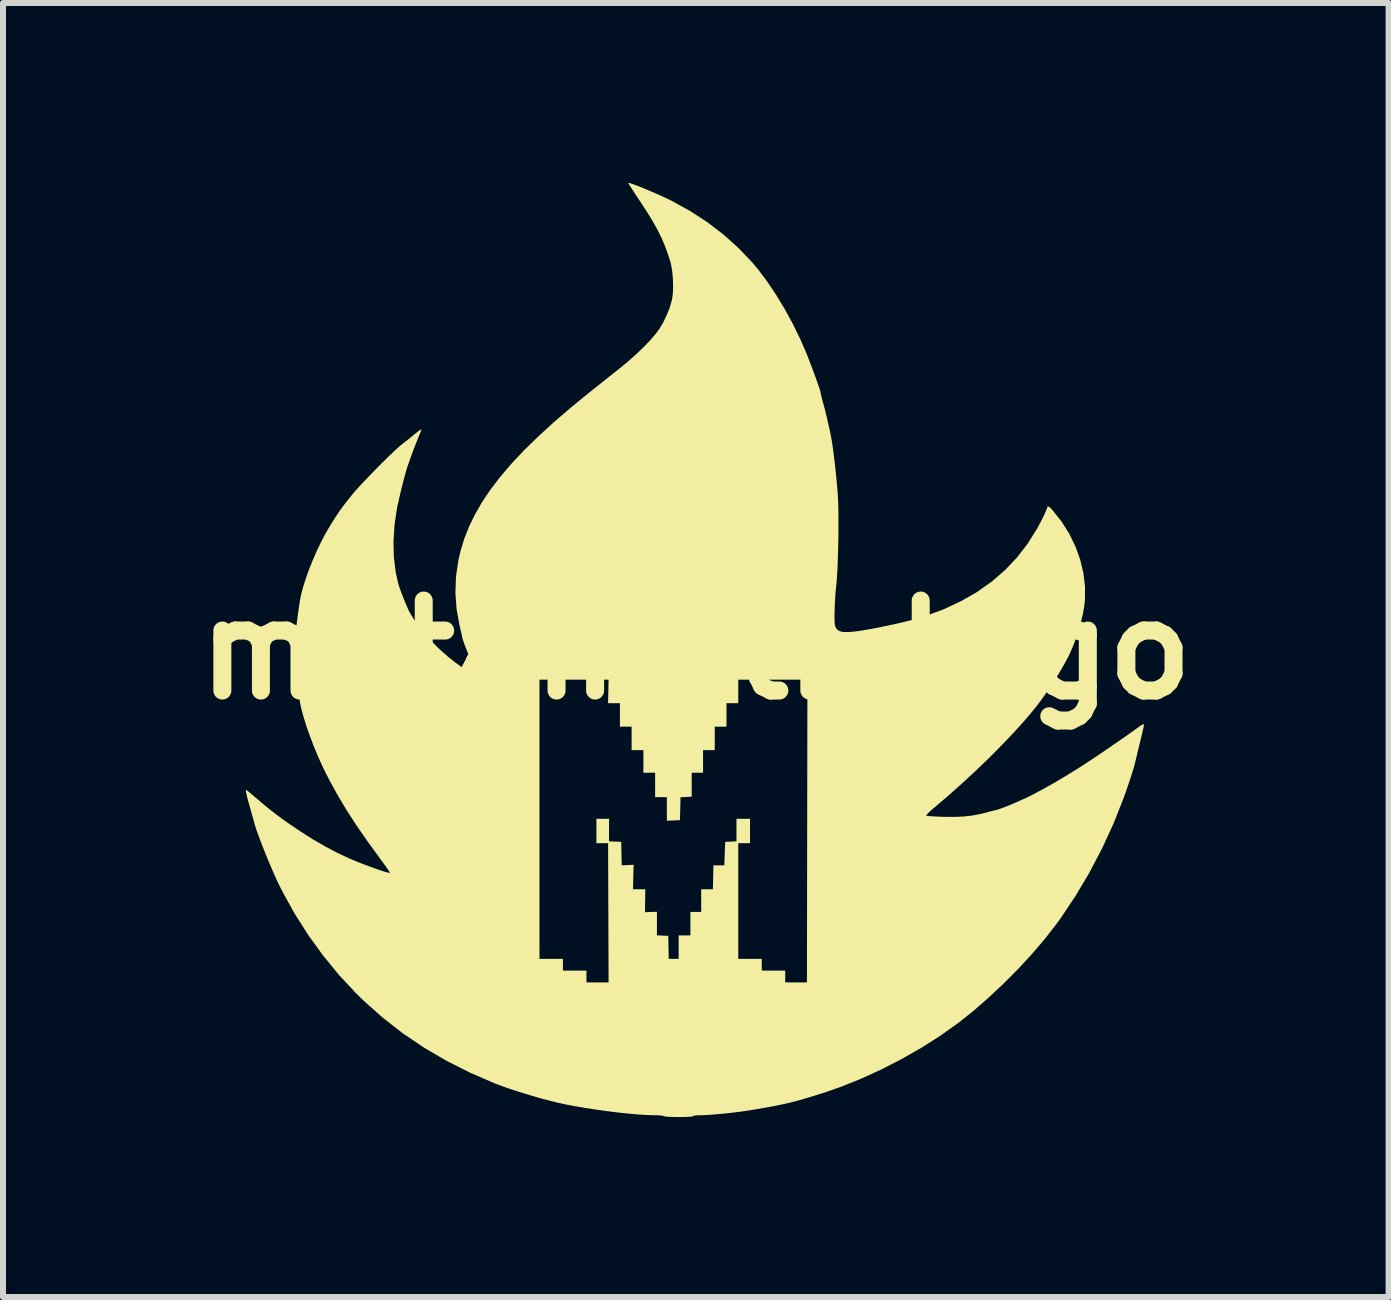
<source format=kicad_pcb>
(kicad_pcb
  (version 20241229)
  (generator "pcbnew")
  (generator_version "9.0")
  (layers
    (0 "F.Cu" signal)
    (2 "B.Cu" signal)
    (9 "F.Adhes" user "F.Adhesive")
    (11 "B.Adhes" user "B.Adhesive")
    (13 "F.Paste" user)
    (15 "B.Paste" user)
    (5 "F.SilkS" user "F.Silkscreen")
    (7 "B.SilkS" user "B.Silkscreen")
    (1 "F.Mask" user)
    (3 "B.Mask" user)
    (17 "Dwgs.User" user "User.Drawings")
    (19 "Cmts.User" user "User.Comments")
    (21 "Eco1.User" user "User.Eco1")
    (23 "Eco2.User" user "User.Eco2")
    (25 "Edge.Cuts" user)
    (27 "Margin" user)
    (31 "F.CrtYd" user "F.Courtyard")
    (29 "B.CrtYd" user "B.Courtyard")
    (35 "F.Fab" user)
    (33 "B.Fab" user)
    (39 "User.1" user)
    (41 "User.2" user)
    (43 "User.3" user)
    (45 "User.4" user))
  (footprint "motamoti_logo"
    (layer "F.Cu")
    (at 8.55 7.784)
    (property "Reference" "motamoti_logo" (at 0 0 0) (layer "F.SilkS") (effects (font (size 1.5 1.5) (thickness 0.3))))
    (attr board_only exclude_from_pos_files exclude_from_bom)
    (fp_poly (pts (xy -1.107 -7.783) (xy -1.066 -7.77) (xy -1.006 -7.749) (xy -0.931 -7.72) (xy -0.846 -7.685) (xy -0.753 -7.646) (xy -0.658 -7.605) (xy -0.564 -7.563) (xy -0.476 -7.522) (xy -0.407 -7.488) (xy -0.102 -7.321) (xy 0.188 -7.133) (xy 0.46 -6.925) (xy 0.711 -6.7) (xy 0.939 -6.461) (xy 1.039 -6.342) (xy 1.191 -6.14) (xy 1.342 -5.914) (xy 1.488 -5.672) (xy 1.625 -5.42) (xy 1.749 -5.165) (xy 1.846 -4.941) (xy 1.875 -4.866) (xy 1.908 -4.781) (xy 1.942 -4.69) (xy 1.976 -4.599) (xy 2.008 -4.512) (xy 2.035 -4.434) (xy 2.058 -4.369) (xy 2.073 -4.323) (xy 2.078 -4.301) (xy 2.08 -4.29) (xy 2.083 -4.274) (xy 2.088 -4.251) (xy 2.095 -4.221) (xy 2.108 -4.171) (xy 2.124 -4.11) (xy 2.132 -4.083) (xy 2.156 -3.993) (xy 2.182 -3.887) (xy 2.208 -3.773) (xy 2.233 -3.661) (xy 2.254 -3.557) (xy 2.27 -3.471) (xy 2.274 -3.442) (xy 2.294 -3.301) (xy 2.314 -3.141) (xy 2.332 -2.973) (xy 2.349 -2.808) (xy 2.362 -2.657) (xy 2.367 -2.593) (xy 2.373 -2.48) (xy 2.377 -2.343) (xy 2.378 -2.189) (xy 2.378 -2.023) (xy 2.377 -1.851) (xy 2.373 -1.679) (xy 2.368 -1.512) (xy 2.362 -1.357) (xy 2.354 -1.218) (xy 2.345 -1.101) (xy 2.341 -1.07) (xy 2.331 -0.964) (xy 2.323 -0.848) (xy 2.317 -0.734) (xy 2.314 -0.633) (xy 2.313 -0.61) (xy 2.313 -0.525) (xy 2.315 -0.463) (xy 2.318 -0.421) (xy 2.325 -0.392) (xy 2.334 -0.37) (xy 2.343 -0.358) (xy 2.371 -0.327) (xy 2.408 -0.308) (xy 2.459 -0.298) (xy 2.532 -0.297) (xy 2.554 -0.297) (xy 2.626 -0.303) (xy 2.722 -0.315) (xy 2.837 -0.334) (xy 2.967 -0.357) (xy 3.105 -0.384) (xy 3.247 -0.414) (xy 3.388 -0.445) (xy 3.523 -0.478) (xy 3.647 -0.509) (xy 3.755 -0.54) (xy 3.809 -0.557) (xy 4.125 -0.673) (xy 4.417 -0.809) (xy 4.686 -0.963) (xy 4.933 -1.137) (xy 5.156 -1.33) (xy 5.358 -1.543) (xy 5.537 -1.776) (xy 5.695 -2.029) (xy 5.772 -2.175) (xy 5.805 -2.243) (xy 5.832 -2.303) (xy 5.851 -2.348) (xy 5.86 -2.373) (xy 5.86 -2.375) (xy 5.866 -2.393) (xy 5.885 -2.388) (xy 5.918 -2.36) (xy 5.951 -2.324) (xy 6.1 -2.136) (xy 6.227 -1.934) (xy 6.33 -1.722) (xy 6.409 -1.503) (xy 6.462 -1.28) (xy 6.489 -1.057) (xy 6.488 -0.836) (xy 6.479 -0.748) (xy 6.454 -0.6) (xy 6.415 -0.437) (xy 6.364 -0.268) (xy 6.306 -0.103) (xy 6.242 0.048) (xy 6.215 0.105) (xy 6.137 0.25) (xy 6.044 0.408) (xy 5.941 0.571) (xy 5.834 0.73) (xy 5.727 0.879) (xy 5.643 0.987) (xy 5.485 1.175) (xy 5.304 1.376) (xy 5.105 1.585) (xy 4.891 1.801) (xy 4.665 2.018) (xy 4.431 2.234) (xy 4.193 2.446) (xy 3.974 2.632) (xy 3.912 2.685) (xy 3.869 2.727) (xy 3.845 2.755) (xy 3.844 2.766) (xy 3.864 2.769) (xy 3.909 2.773) (xy 3.974 2.777) (xy 4.054 2.781) (xy 4.141 2.784) (xy 4.317 2.785) (xy 4.472 2.778) (xy 4.613 2.762) (xy 4.748 2.736) (xy 4.855 2.709) (xy 4.913 2.693) (xy 4.966 2.68) (xy 5 2.672) (xy 5.002 2.672) (xy 5.043 2.66) (xy 5.106 2.638) (xy 5.186 2.607) (xy 5.275 2.571) (xy 5.369 2.53) (xy 5.463 2.488) (xy 5.549 2.448) (xy 5.605 2.42) (xy 5.776 2.329) (xy 5.965 2.223) (xy 6.163 2.106) (xy 6.364 1.982) (xy 6.562 1.854) (xy 6.75 1.728) (xy 6.753 1.726) (xy 6.835 1.67) (xy 6.926 1.607) (xy 7.014 1.547) (xy 7.084 1.499) (xy 7.158 1.447) (xy 7.238 1.391) (xy 7.312 1.338) (xy 7.355 1.307) (xy 7.411 1.267) (xy 7.448 1.245) (xy 7.467 1.239) (xy 7.472 1.247) (xy 7.469 1.269) (xy 7.459 1.316) (xy 7.444 1.381) (xy 7.425 1.461) (xy 7.404 1.55) (xy 7.403 1.552) (xy 7.381 1.642) (xy 7.361 1.723) (xy 7.345 1.792) (xy 7.333 1.842) (xy 7.327 1.868) (xy 7.317 1.909) (xy 7.299 1.974) (xy 7.273 2.055) (xy 7.244 2.148) (xy 7.211 2.246) (xy 7.177 2.345) (xy 7.144 2.439) (xy 7.138 2.456) (xy 6.97 2.883) (xy 6.777 3.303) (xy 6.563 3.712) (xy 6.33 4.104) (xy 6.081 4.476) (xy 6.01 4.574) (xy 5.82 4.818) (xy 5.608 5.067) (xy 5.377 5.317) (xy 5.134 5.562) (xy 4.884 5.796) (xy 4.632 6.016) (xy 4.383 6.215) (xy 4.361 6.231) (xy 4.073 6.436) (xy 3.761 6.634) (xy 3.432 6.822) (xy 3.092 6.996) (xy 2.749 7.153) (xy 2.408 7.289) (xy 2.177 7.37) (xy 2.001 7.426) (xy 1.844 7.474) (xy 1.698 7.516) (xy 1.557 7.552) (xy 1.414 7.584) (xy 1.262 7.614) (xy 1.096 7.644) (xy 0.908 7.675) (xy 0.858 7.683) (xy 0.745 7.699) (xy 0.621 7.715) (xy 0.492 7.729) (xy 0.365 7.741) (xy 0.247 7.751) (xy 0.146 7.757) (xy 0.073 7.759) (xy 0.014 7.76) (xy -0.027 7.765) (xy -0.045 7.773) (xy -0.045 7.774) (xy -0.06 7.78) (xy -0.102 7.784) (xy -0.17 7.787) (xy -0.261 7.789) (xy -0.285 7.789) (xy -0.377 7.788) (xy -0.451 7.785) (xy -0.504 7.781) (xy -0.532 7.776) (xy -0.535 7.774) (xy -0.553 7.767) (xy -0.595 7.762) (xy -0.652 7.759) (xy -0.69 7.759) (xy -0.811 7.755) (xy -0.956 7.746) (xy -1.12 7.732) (xy -1.298 7.713) (xy -1.484 7.69) (xy -1.674 7.663) (xy -1.862 7.634) (xy -2.043 7.603) (xy -2.184 7.576) (xy -2.314 7.547) (xy -2.464 7.509) (xy -2.628 7.465) (xy -2.797 7.415) (xy -2.963 7.364) (xy -3.121 7.312) (xy -3.261 7.262) (xy -3.344 7.231) (xy -3.762 7.05) (xy -4.157 6.851) (xy -4.531 6.632) (xy -4.885 6.393) (xy -5.22 6.132) (xy -5.539 5.848) (xy -5.672 5.717) (xy -5.949 5.42) (xy -6.168 5.152) (xy -2.606 5.152) (xy -2.41 5.152) (xy -2.215 5.152) (xy -2.215 5.25) (xy -2.215 5.348) (xy -2.019 5.348) (xy -1.823 5.348) (xy -1.823 5.446) (xy -1.823 5.544) (xy -1.638 5.544) (xy -1.454 5.544) (xy -1.458 4.384) (xy -1.462 3.224) (xy -1.559 3.224) (xy -1.657 3.224) (xy -1.657 3.021) (xy -1.657 2.817) (xy -1.552 2.817) (xy -1.446 2.817) (xy -1.446 3.005) (xy -1.446 3.192) (xy -1.345 3.197) (xy -1.243 3.201) (xy -1.239 3.397) (xy -1.235 3.593) (xy -1.136 3.588) (xy -1.037 3.583) (xy -1.042 3.788) (xy -1.047 3.992) (xy -0.945 3.992) (xy -0.842 3.992) (xy -0.845 4.183) (xy -0.847 4.374) (xy -0.747 4.37) (xy -0.648 4.367) (xy -0.648 4.563) (xy -0.648 4.759) (xy -0.554 4.764) (xy -0.459 4.768) (xy -0.455 4.96) (xy -0.451 5.152) (xy -0.369 5.152) (xy -0.286 5.152) (xy -0.286 4.956) (xy -0.286 4.761) (xy -0.188 4.761) (xy -0.09 4.761) (xy -0.09 4.565) (xy -0.09 4.369) (xy 0 4.369) (xy 0.09 4.369) (xy 0.09 4.181) (xy 0.09 3.992) (xy 0.188 3.992) (xy 0.285 3.992) (xy 0.29 3.793) (xy 0.294 3.593) (xy 0.384 3.593) (xy 0.475 3.593) (xy 0.482 3.397) (xy 0.49 3.201) (xy 0.584 3.197) (xy 0.678 3.192) (xy 0.678 3.005) (xy 0.678 2.817) (xy 0.791 2.817) (xy 0.904 2.817) (xy 0.904 3.021) (xy 0.904 3.224) (xy 0.806 3.224) (xy 0.708 3.224) (xy 0.708 4.188) (xy 0.708 5.152) (xy 0.904 5.152) (xy 1.1 5.152) (xy 1.1 5.25) (xy 1.1 5.348) (xy 1.296 5.348) (xy 1.491 5.348) (xy 1.491 5.446) (xy 1.491 5.544) (xy 1.672 5.544) (xy 1.853 5.544) (xy 1.857 3.021) (xy 1.861 0.497) (xy 1.284 0.497) (xy 0.708 0.497) (xy 0.708 0.693) (xy 0.708 0.889) (xy 0.61 0.889) (xy 0.512 0.889) (xy 0.512 1.085) (xy 0.512 1.281) (xy 0.414 1.281) (xy 0.316 1.281) (xy 0.316 1.476) (xy 0.316 1.672) (xy 0.218 1.672) (xy 0.121 1.672) (xy 0.121 1.861) (xy 0.121 2.049) (xy 0.026 2.049) (xy -0.068 2.049) (xy -0.068 2.248) (xy -0.068 2.448) (xy -0.162 2.453) (xy -0.255 2.457) (xy -0.259 2.648) (xy -0.264 2.84) (xy -0.373 2.844) (xy -0.482 2.849) (xy -0.482 2.652) (xy -0.482 2.456) (xy -0.58 2.456) (xy -0.678 2.456) (xy -0.678 2.252) (xy -0.678 2.049) (xy -0.776 2.049) (xy -0.874 2.049) (xy -0.874 1.861) (xy -0.874 1.672) (xy -0.972 1.672) (xy -1.07 1.672) (xy -1.07 1.476) (xy -1.07 1.281) (xy -1.168 1.281) (xy -1.265 1.281) (xy -1.265 1.085) (xy -1.265 0.889) (xy -1.364 0.889) (xy -1.463 0.889) (xy -1.458 0.693) (xy -1.454 0.497) (xy -2.03 0.497) (xy -2.606 0.497) (xy -2.606 2.825) (xy -2.606 5.152) (xy -6.168 5.152) (xy -6.212 5.099) (xy -6.458 4.759) (xy -6.684 4.404) (xy -6.886 4.04) (xy -6.96 3.893) (xy -7.004 3.799) (xy -7.052 3.69) (xy -7.103 3.57) (xy -7.155 3.446) (xy -7.205 3.321) (xy -7.251 3.203) (xy -7.292 3.094) (xy -7.325 3.002) (xy -7.348 2.93) (xy -7.352 2.915) (xy -7.37 2.849) (xy -7.393 2.766) (xy -7.418 2.679) (xy -7.434 2.62) (xy -7.466 2.509) (xy -7.487 2.425) (xy -7.499 2.369) (xy -7.5 2.34) (xy -7.497 2.335) (xy -7.482 2.344) (xy -7.45 2.37) (xy -7.405 2.407) (xy -7.352 2.452) (xy -7.221 2.563) (xy -7.105 2.659) (xy -6.995 2.744) (xy -6.886 2.825) (xy -6.769 2.907) (xy -6.638 2.995) (xy -6.605 3.018) (xy -6.383 3.159) (xy -6.174 3.28) (xy -5.973 3.386) (xy -5.772 3.48) (xy -5.63 3.539) (xy -5.536 3.576) (xy -5.441 3.611) (xy -5.35 3.644) (xy -5.267 3.673) (xy -5.196 3.696) (xy -5.141 3.712) (xy -5.108 3.719) (xy -5.1 3.719) (xy -5.106 3.705) (xy -5.127 3.671) (xy -5.162 3.62) (xy -5.208 3.556) (xy -5.261 3.484) (xy -5.27 3.471) (xy -5.473 3.193) (xy -5.655 2.93) (xy -5.818 2.678) (xy -5.966 2.431) (xy -6.101 2.186) (xy -6.161 2.071) (xy -6.234 1.92) (xy -6.306 1.759) (xy -6.374 1.594) (xy -6.437 1.428) (xy -6.493 1.269) (xy -6.539 1.119) (xy -6.576 0.984) (xy -6.6 0.869) (xy -6.605 0.836) (xy -6.612 0.786) (xy -6.622 0.718) (xy -6.634 0.645) (xy -6.637 0.624) (xy -6.666 0.385) (xy -6.679 0.131) (xy -6.677 -0.13) (xy -6.66 -0.388) (xy -6.635 -0.58) (xy -6.625 -0.652) (xy -6.615 -0.719) (xy -6.607 -0.772) (xy -6.605 -0.791) (xy -6.585 -0.902) (xy -6.551 -1.033) (xy -6.505 -1.179) (xy -6.45 -1.335) (xy -6.386 -1.494) (xy -6.317 -1.653) (xy -6.244 -1.805) (xy -6.169 -1.946) (xy -6.146 -1.986) (xy -6.073 -2.108) (xy -6.008 -2.211) (xy -5.946 -2.304) (xy -5.881 -2.394) (xy -5.807 -2.49) (xy -5.719 -2.599) (xy -5.713 -2.606) (xy -5.664 -2.664) (xy -5.598 -2.736) (xy -5.521 -2.818) (xy -5.435 -2.908) (xy -5.345 -3.001) (xy -5.253 -3.094) (xy -5.164 -3.182) (xy -5.081 -3.263) (xy -5.008 -3.332) (xy -4.948 -3.386) (xy -4.91 -3.418) (xy -4.867 -3.452) (xy -4.809 -3.497) (xy -4.747 -3.548) (xy -4.715 -3.574) (xy -4.663 -3.616) (xy -4.62 -3.65) (xy -4.59 -3.671) (xy -4.579 -3.676) (xy -4.578 -3.664) (xy -4.588 -3.631) (xy -4.605 -3.589) (xy -4.636 -3.516) (xy -4.671 -3.427) (xy -4.709 -3.329) (xy -4.746 -3.229) (xy -4.78 -3.133) (xy -4.809 -3.049) (xy -4.83 -2.982) (xy -4.836 -2.96) (xy -4.852 -2.901) (xy -4.872 -2.824) (xy -4.894 -2.74) (xy -4.909 -2.682) (xy -4.978 -2.381) (xy -5.022 -2.09) (xy -5.04 -1.811) (xy -5.034 -1.544) (xy -5.002 -1.291) (xy -4.961 -1.107) (xy -4.939 -1.036) (xy -4.907 -0.948) (xy -4.87 -0.852) (xy -4.831 -0.758) (xy -4.794 -0.674) (xy -4.761 -0.609) (xy -4.758 -0.603) (xy -4.667 -0.459) (xy -4.553 -0.31) (xy -4.421 -0.16) (xy -4.276 -0.014) (xy -4.122 0.122) (xy -4.007 0.212) (xy -3.925 0.272) (xy -3.846 0.328) (xy -3.773 0.377) (xy -3.71 0.418) (xy -3.662 0.447) (xy -3.631 0.462) (xy -3.622 0.463) (xy -3.626 0.448) (xy -3.64 0.411) (xy -3.664 0.357) (xy -3.694 0.291) (xy -3.704 0.27) (xy -3.747 0.176) (xy -3.789 0.079) (xy -3.827 -0.015) (xy -3.859 -0.099) (xy -3.883 -0.168) (xy -3.895 -0.214) (xy -3.901 -0.243) (xy -3.912 -0.293) (xy -3.927 -0.357) (xy -3.939 -0.407) (xy -3.988 -0.678) (xy -4.008 -0.948) (xy -3.998 -1.218) (xy -3.959 -1.49) (xy -3.923 -1.644) (xy -3.861 -1.85) (xy -3.78 -2.056) (xy -3.68 -2.261) (xy -3.56 -2.468) (xy -3.419 -2.677) (xy -3.256 -2.889) (xy -3.071 -3.106) (xy -2.861 -3.329) (xy -2.627 -3.557) (xy -2.368 -3.794) (xy -2.083 -4.039) (xy -1.77 -4.295) (xy -1.673 -4.372) (xy -1.562 -4.46) (xy -1.448 -4.551) (xy -1.341 -4.636) (xy -1.265 -4.696) (xy -1.126 -4.811) (xy -0.993 -4.929) (xy -0.871 -5.046) (xy -0.763 -5.158) (xy -0.674 -5.261) (xy -0.608 -5.349) (xy -0.543 -5.459) (xy -0.484 -5.582) (xy -0.434 -5.708) (xy -0.4 -5.824) (xy -0.397 -5.838) (xy -0.383 -5.936) (xy -0.378 -6.053) (xy -0.381 -6.179) (xy -0.392 -6.303) (xy -0.411 -6.416) (xy -0.426 -6.478) (xy -0.472 -6.619) (xy -0.522 -6.753) (xy -0.58 -6.885) (xy -0.647 -7.019) (xy -0.727 -7.16) (xy -0.821 -7.313) (xy -0.932 -7.483) (xy -0.959 -7.523) (xy -1.01 -7.6) (xy -1.055 -7.669) (xy -1.091 -7.724) (xy -1.115 -7.764) (xy -1.124 -7.783) (xy -1.124 -7.784)) (stroke (width 0) (type solid)) (fill yes) (layer "F.SilkS")))
  (gr_rect
    (start -3 -3)
    (end 20.1 18.573)
    (stroke (width 0.1) (type default))
    (fill no)
    (layer "Edge.Cuts")))
</source>
